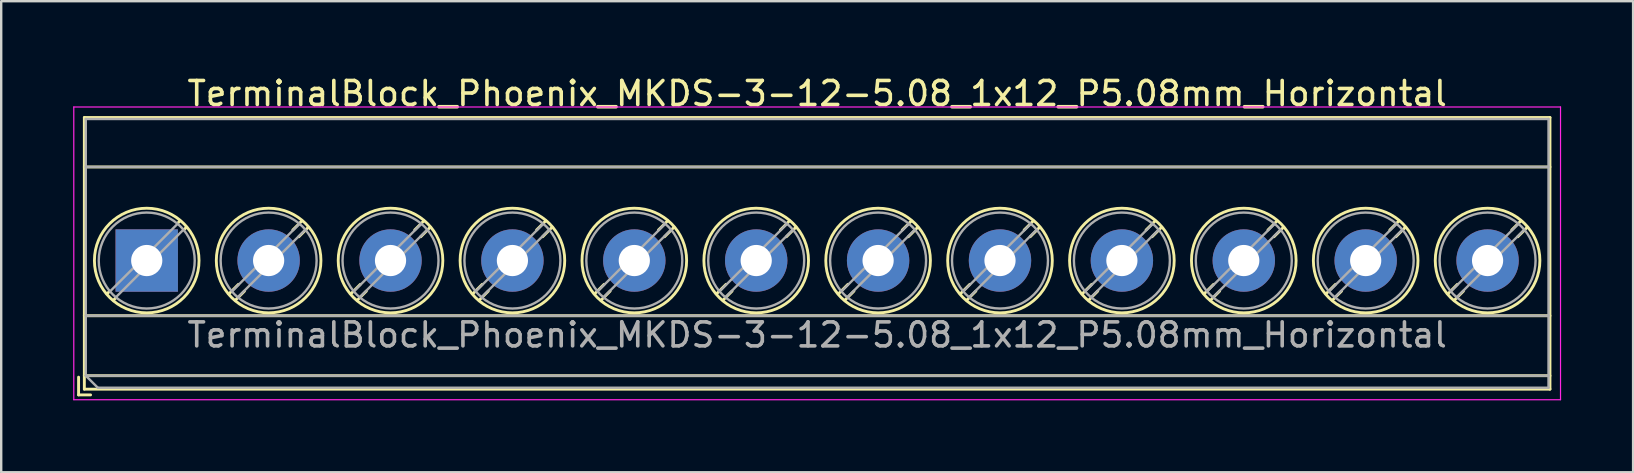
<source format=kicad_pcb>
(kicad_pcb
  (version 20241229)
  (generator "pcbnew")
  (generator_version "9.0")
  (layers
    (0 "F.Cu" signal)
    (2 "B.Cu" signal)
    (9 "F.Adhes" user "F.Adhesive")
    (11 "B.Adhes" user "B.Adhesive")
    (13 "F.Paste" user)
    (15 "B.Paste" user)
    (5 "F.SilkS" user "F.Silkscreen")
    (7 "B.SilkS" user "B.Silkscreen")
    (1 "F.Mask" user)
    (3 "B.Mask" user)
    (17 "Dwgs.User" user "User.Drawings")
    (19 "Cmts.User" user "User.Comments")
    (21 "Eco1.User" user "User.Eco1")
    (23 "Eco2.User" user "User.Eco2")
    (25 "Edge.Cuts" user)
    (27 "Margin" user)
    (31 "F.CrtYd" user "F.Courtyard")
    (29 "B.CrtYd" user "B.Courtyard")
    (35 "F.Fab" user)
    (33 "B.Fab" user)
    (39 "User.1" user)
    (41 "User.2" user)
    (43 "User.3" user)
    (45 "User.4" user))
  (footprint "TerminalBlock_Phoenix_MKDS-3-12-5.08_1x12_P5.08mm_Horizontal"
    (layer "F.Cu")
    (at 3.065 7.808)
    (property "Reference" "TerminalBlock_Phoenix_MKDS-3-12-5.08_1x12_P5.08mm_Horizontal" (at 27.94 -6.96 0) (layer "F.SilkS") (effects (font (size 1 1) (thickness 0.15))))
    (attr through_hole)
    (fp_line (start -2.84 4.86) (end -2.84 5.6) (stroke (width 0.12) (type solid)) (layer "F.SilkS"))
    (fp_line (start -2.84 5.6) (end -2.34 5.6) (stroke (width 0.12) (type solid)) (layer "F.SilkS"))
    (fp_line (start -2.6 -5.96) (end -2.6 5.36) (stroke (width 0.12) (type solid)) (layer "F.SilkS"))
    (fp_line (start -2.6 -5.96) (end 58.48 -5.96) (stroke (width 0.12) (type solid)) (layer "F.SilkS"))
    (fp_line (start -2.6 -3.9) (end 58.48 -3.9) (stroke (width 0.12) (type solid)) (layer "F.SilkS"))
    (fp_line (start -2.6 2.3) (end 58.48 2.3) (stroke (width 0.12) (type solid)) (layer "F.SilkS"))
    (fp_line (start -2.6 4.8) (end 58.48 4.8) (stroke (width 0.12) (type solid)) (layer "F.SilkS"))
    (fp_line (start -2.6 5.36) (end 58.48 5.36) (stroke (width 0.12) (type solid)) (layer "F.SilkS"))
    (fp_line (start -1.548 1.281) (end -1.654 1.388) (stroke (width 0.12) (type solid)) (layer "F.SilkS"))
    (fp_line (start -1.282 1.547) (end -1.388 1.654) (stroke (width 0.12) (type solid)) (layer "F.SilkS"))
    (fp_line (start 1.388 -1.654) (end 1.281 -1.547) (stroke (width 0.12) (type solid)) (layer "F.SilkS"))
    (fp_line (start 1.654 -1.388) (end 1.547 -1.281) (stroke (width 0.12) (type solid)) (layer "F.SilkS"))
    (fp_line (start 3.822 0.992) (end 3.427 1.388) (stroke (width 0.12) (type solid)) (layer "F.SilkS"))
    (fp_line (start 4.073 1.274) (end 3.693 1.654) (stroke (width 0.12) (type solid)) (layer "F.SilkS"))
    (fp_line (start 6.468 -1.654) (end 6.088 -1.274) (stroke (width 0.12) (type solid)) (layer "F.SilkS"))
    (fp_line (start 6.734 -1.388) (end 6.339 -0.992) (stroke (width 0.12) (type solid)) (layer "F.SilkS"))
    (fp_line (start 8.902 0.992) (end 8.507 1.388) (stroke (width 0.12) (type solid)) (layer "F.SilkS"))
    (fp_line (start 9.153 1.274) (end 8.773 1.654) (stroke (width 0.12) (type solid)) (layer "F.SilkS"))
    (fp_line (start 11.548 -1.654) (end 11.168 -1.274) (stroke (width 0.12) (type solid)) (layer "F.SilkS"))
    (fp_line (start 11.814 -1.388) (end 11.419 -0.992) (stroke (width 0.12) (type solid)) (layer "F.SilkS"))
    (fp_line (start 13.982 0.992) (end 13.587 1.388) (stroke (width 0.12) (type solid)) (layer "F.SilkS"))
    (fp_line (start 14.233 1.274) (end 13.853 1.654) (stroke (width 0.12) (type solid)) (layer "F.SilkS"))
    (fp_line (start 16.628 -1.654) (end 16.248 -1.274) (stroke (width 0.12) (type solid)) (layer "F.SilkS"))
    (fp_line (start 16.894 -1.388) (end 16.499 -0.992) (stroke (width 0.12) (type solid)) (layer "F.SilkS"))
    (fp_line (start 19.062 0.992) (end 18.667 1.388) (stroke (width 0.12) (type solid)) (layer "F.SilkS"))
    (fp_line (start 19.313 1.274) (end 18.933 1.654) (stroke (width 0.12) (type solid)) (layer "F.SilkS"))
    (fp_line (start 21.708 -1.654) (end 21.328 -1.274) (stroke (width 0.12) (type solid)) (layer "F.SilkS"))
    (fp_line (start 21.974 -1.388) (end 21.579 -0.992) (stroke (width 0.12) (type solid)) (layer "F.SilkS"))
    (fp_line (start 24.142 0.992) (end 23.747 1.388) (stroke (width 0.12) (type solid)) (layer "F.SilkS"))
    (fp_line (start 24.393 1.274) (end 24.013 1.654) (stroke (width 0.12) (type solid)) (layer "F.SilkS"))
    (fp_line (start 26.788 -1.654) (end 26.408 -1.274) (stroke (width 0.12) (type solid)) (layer "F.SilkS"))
    (fp_line (start 27.054 -1.388) (end 26.659 -0.992) (stroke (width 0.12) (type solid)) (layer "F.SilkS"))
    (fp_line (start 29.222 0.992) (end 28.827 1.388) (stroke (width 0.12) (type solid)) (layer "F.SilkS"))
    (fp_line (start 29.473 1.274) (end 29.093 1.654) (stroke (width 0.12) (type solid)) (layer "F.SilkS"))
    (fp_line (start 31.868 -1.654) (end 31.488 -1.274) (stroke (width 0.12) (type solid)) (layer "F.SilkS"))
    (fp_line (start 32.134 -1.388) (end 31.739 -0.992) (stroke (width 0.12) (type solid)) (layer "F.SilkS"))
    (fp_line (start 34.302 0.992) (end 33.907 1.388) (stroke (width 0.12) (type solid)) (layer "F.SilkS"))
    (fp_line (start 34.553 1.274) (end 34.173 1.654) (stroke (width 0.12) (type solid)) (layer "F.SilkS"))
    (fp_line (start 36.948 -1.654) (end 36.568 -1.274) (stroke (width 0.12) (type solid)) (layer "F.SilkS"))
    (fp_line (start 37.214 -1.388) (end 36.819 -0.992) (stroke (width 0.12) (type solid)) (layer "F.SilkS"))
    (fp_line (start 39.382 0.992) (end 38.987 1.388) (stroke (width 0.12) (type solid)) (layer "F.SilkS"))
    (fp_line (start 39.633 1.274) (end 39.253 1.654) (stroke (width 0.12) (type solid)) (layer "F.SilkS"))
    (fp_line (start 42.028 -1.654) (end 41.648 -1.274) (stroke (width 0.12) (type solid)) (layer "F.SilkS"))
    (fp_line (start 42.294 -1.388) (end 41.899 -0.992) (stroke (width 0.12) (type solid)) (layer "F.SilkS"))
    (fp_line (start 44.462 0.992) (end 44.067 1.388) (stroke (width 0.12) (type solid)) (layer "F.SilkS"))
    (fp_line (start 44.713 1.274) (end 44.333 1.654) (stroke (width 0.12) (type solid)) (layer "F.SilkS"))
    (fp_line (start 47.108 -1.654) (end 46.728 -1.274) (stroke (width 0.12) (type solid)) (layer "F.SilkS"))
    (fp_line (start 47.374 -1.388) (end 46.979 -0.992) (stroke (width 0.12) (type solid)) (layer "F.SilkS"))
    (fp_line (start 49.542 0.992) (end 49.147 1.388) (stroke (width 0.12) (type solid)) (layer "F.SilkS"))
    (fp_line (start 49.793 1.274) (end 49.413 1.654) (stroke (width 0.12) (type solid)) (layer "F.SilkS"))
    (fp_line (start 52.188 -1.654) (end 51.808 -1.274) (stroke (width 0.12) (type solid)) (layer "F.SilkS"))
    (fp_line (start 52.454 -1.388) (end 52.059 -0.992) (stroke (width 0.12) (type solid)) (layer "F.SilkS"))
    (fp_line (start 54.622 0.992) (end 54.227 1.388) (stroke (width 0.12) (type solid)) (layer "F.SilkS"))
    (fp_line (start 54.873 1.274) (end 54.493 1.654) (stroke (width 0.12) (type solid)) (layer "F.SilkS"))
    (fp_line (start 57.268 -1.654) (end 56.888 -1.274) (stroke (width 0.12) (type solid)) (layer "F.SilkS"))
    (fp_line (start 57.534 -1.388) (end 57.139 -0.992) (stroke (width 0.12) (type solid)) (layer "F.SilkS"))
    (fp_line (start 58.48 -5.96) (end 58.48 5.36) (stroke (width 0.12) (type solid)) (layer "F.SilkS"))
    (fp_circle (center 0 0) (end 2.18 0) (stroke (width 0.12) (type solid)) (fill no) (layer "F.SilkS"))
    (fp_circle (center 5.08 0) (end 7.26 0) (stroke (width 0.12) (type solid)) (fill no) (layer "F.SilkS"))
    (fp_circle (center 10.16 0) (end 12.34 0) (stroke (width 0.12) (type solid)) (fill no) (layer "F.SilkS"))
    (fp_circle (center 15.24 0) (end 17.42 0) (stroke (width 0.12) (type solid)) (fill no) (layer "F.SilkS"))
    (fp_circle (center 20.32 0) (end 22.5 0) (stroke (width 0.12) (type solid)) (fill no) (layer "F.SilkS"))
    (fp_circle (center 25.4 0) (end 27.58 0) (stroke (width 0.12) (type solid)) (fill no) (layer "F.SilkS"))
    (fp_circle (center 30.48 0) (end 32.66 0) (stroke (width 0.12) (type solid)) (fill no) (layer "F.SilkS"))
    (fp_circle (center 35.56 0) (end 37.74 0) (stroke (width 0.12) (type solid)) (fill no) (layer "F.SilkS"))
    (fp_circle (center 40.64 0) (end 42.82 0) (stroke (width 0.12) (type solid)) (fill no) (layer "F.SilkS"))
    (fp_circle (center 45.72 0) (end 47.9 0) (stroke (width 0.12) (type solid)) (fill no) (layer "F.SilkS"))
    (fp_circle (center 50.8 0) (end 52.98 0) (stroke (width 0.12) (type solid)) (fill no) (layer "F.SilkS"))
    (fp_circle (center 55.88 0) (end 58.06 0) (stroke (width 0.12) (type solid)) (fill no) (layer "F.SilkS"))
    (fp_line (start -3.04 -6.4) (end -3.04 5.8) (stroke (width 0.05) (type solid)) (layer "F.CrtYd"))
    (fp_line (start -3.04 5.8) (end 58.92 5.8) (stroke (width 0.05) (type solid)) (layer "F.CrtYd"))
    (fp_line (start 58.92 -6.4) (end -3.04 -6.4) (stroke (width 0.05) (type solid)) (layer "F.CrtYd"))
    (fp_line (start 58.92 5.8) (end 58.92 -6.4) (stroke (width 0.05) (type solid)) (layer "F.CrtYd"))
    (fp_line (start -2.54 -5.9) (end 58.42 -5.9) (stroke (width 0.1) (type solid)) (layer "F.Fab"))
    (fp_line (start -2.54 -3.9) (end 58.42 -3.9) (stroke (width 0.1) (type solid)) (layer "F.Fab"))
    (fp_line (start -2.54 2.3) (end 58.42 2.3) (stroke (width 0.1) (type solid)) (layer "F.Fab"))
    (fp_line (start -2.54 4.8) (end -2.54 -5.9) (stroke (width 0.1) (type solid)) (layer "F.Fab"))
    (fp_line (start -2.54 4.8) (end 58.42 4.8) (stroke (width 0.1) (type solid)) (layer "F.Fab"))
    (fp_line (start -2.04 5.3) (end -2.54 4.8) (stroke (width 0.1) (type solid)) (layer "F.Fab"))
    (fp_line (start 1.273 -1.517) (end -1.517 1.273) (stroke (width 0.1) (type solid)) (layer "F.Fab"))
    (fp_line (start 1.517 -1.273) (end -1.273 1.517) (stroke (width 0.1) (type solid)) (layer "F.Fab"))
    (fp_line (start 6.353 -1.517) (end 3.564 1.273) (stroke (width 0.1) (type solid)) (layer "F.Fab"))
    (fp_line (start 6.597 -1.273) (end 3.808 1.517) (stroke (width 0.1) (type solid)) (layer "F.Fab"))
    (fp_line (start 11.433 -1.517) (end 8.644 1.273) (stroke (width 0.1) (type solid)) (layer "F.Fab"))
    (fp_line (start 11.677 -1.273) (end 8.888 1.517) (stroke (width 0.1) (type solid)) (layer "F.Fab"))
    (fp_line (start 16.513 -1.517) (end 13.724 1.273) (stroke (width 0.1) (type solid)) (layer "F.Fab"))
    (fp_line (start 16.757 -1.273) (end 13.968 1.517) (stroke (width 0.1) (type solid)) (layer "F.Fab"))
    (fp_line (start 21.593 -1.517) (end 18.804 1.273) (stroke (width 0.1) (type solid)) (layer "F.Fab"))
    (fp_line (start 21.837 -1.273) (end 19.048 1.517) (stroke (width 0.1) (type solid)) (layer "F.Fab"))
    (fp_line (start 26.673 -1.517) (end 23.884 1.273) (stroke (width 0.1) (type solid)) (layer "F.Fab"))
    (fp_line (start 26.917 -1.273) (end 24.128 1.517) (stroke (width 0.1) (type solid)) (layer "F.Fab"))
    (fp_line (start 31.753 -1.517) (end 28.964 1.273) (stroke (width 0.1) (type solid)) (layer "F.Fab"))
    (fp_line (start 31.997 -1.273) (end 29.208 1.517) (stroke (width 0.1) (type solid)) (layer "F.Fab"))
    (fp_line (start 36.833 -1.517) (end 34.044 1.273) (stroke (width 0.1) (type solid)) (layer "F.Fab"))
    (fp_line (start 37.077 -1.273) (end 34.288 1.517) (stroke (width 0.1) (type solid)) (layer "F.Fab"))
    (fp_line (start 41.913 -1.517) (end 39.124 1.273) (stroke (width 0.1) (type solid)) (layer "F.Fab"))
    (fp_line (start 42.157 -1.273) (end 39.368 1.517) (stroke (width 0.1) (type solid)) (layer "F.Fab"))
    (fp_line (start 46.993 -1.517) (end 44.204 1.273) (stroke (width 0.1) (type solid)) (layer "F.Fab"))
    (fp_line (start 47.237 -1.273) (end 44.448 1.517) (stroke (width 0.1) (type solid)) (layer "F.Fab"))
    (fp_line (start 52.073 -1.517) (end 49.284 1.273) (stroke (width 0.1) (type solid)) (layer "F.Fab"))
    (fp_line (start 52.317 -1.273) (end 49.528 1.517) (stroke (width 0.1) (type solid)) (layer "F.Fab"))
    (fp_line (start 57.153 -1.517) (end 54.364 1.273) (stroke (width 0.1) (type solid)) (layer "F.Fab"))
    (fp_line (start 57.397 -1.273) (end 54.608 1.517) (stroke (width 0.1) (type solid)) (layer "F.Fab"))
    (fp_line (start 58.42 -5.9) (end 58.42 5.3) (stroke (width 0.1) (type solid)) (layer "F.Fab"))
    (fp_line (start 58.42 5.3) (end -2.04 5.3) (stroke (width 0.1) (type solid)) (layer "F.Fab"))
    (fp_circle (center 0 0) (end 2 0) (stroke (width 0.1) (type solid)) (fill no) (layer "F.Fab"))
    (fp_circle (center 5.08 0) (end 7.08 0) (stroke (width 0.1) (type solid)) (fill no) (layer "F.Fab"))
    (fp_circle (center 10.16 0) (end 12.16 0) (stroke (width 0.1) (type solid)) (fill no) (layer "F.Fab"))
    (fp_circle (center 15.24 0) (end 17.24 0) (stroke (width 0.1) (type solid)) (fill no) (layer "F.Fab"))
    (fp_circle (center 20.32 0) (end 22.32 0) (stroke (width 0.1) (type solid)) (fill no) (layer "F.Fab"))
    (fp_circle (center 25.4 0) (end 27.4 0) (stroke (width 0.1) (type solid)) (fill no) (layer "F.Fab"))
    (fp_circle (center 30.48 0) (end 32.48 0) (stroke (width 0.1) (type solid)) (fill no) (layer "F.Fab"))
    (fp_circle (center 35.56 0) (end 37.56 0) (stroke (width 0.1) (type solid)) (fill no) (layer "F.Fab"))
    (fp_circle (center 40.64 0) (end 42.64 0) (stroke (width 0.1) (type solid)) (fill no) (layer "F.Fab"))
    (fp_circle (center 45.72 0) (end 47.72 0) (stroke (width 0.1) (type solid)) (fill no) (layer "F.Fab"))
    (fp_circle (center 50.8 0) (end 52.8 0) (stroke (width 0.1) (type solid)) (fill no) (layer "F.Fab"))
    (fp_circle (center 55.88 0) (end 57.88 0) (stroke (width 0.1) (type solid)) (fill no) (layer "F.Fab"))
    (fp_text user "${REFERENCE}" (at 27.94 3.1 0) (layer "F.Fab") (effects (font (size 1 1) (thickness 0.15))))
    (pad "1" thru_hole rect (at 0 0) (size 2.6 2.6) (drill 1.3) (layers "*.Cu" "*.Mask"))
    (pad "2" thru_hole circle (at 5.08 0) (size 2.6 2.6) (drill 1.3) (layers "*.Cu" "*.Mask"))
    (pad "3" thru_hole circle (at 10.16 0) (size 2.6 2.6) (drill 1.3) (layers "*.Cu" "*.Mask"))
    (pad "4" thru_hole circle (at 15.24 0) (size 2.6 2.6) (drill 1.3) (layers "*.Cu" "*.Mask"))
    (pad "5" thru_hole circle (at 20.32 0) (size 2.6 2.6) (drill 1.3) (layers "*.Cu" "*.Mask"))
    (pad "6" thru_hole circle (at 25.4 0) (size 2.6 2.6) (drill 1.3) (layers "*.Cu" "*.Mask"))
    (pad "7" thru_hole circle (at 30.48 0) (size 2.6 2.6) (drill 1.3) (layers "*.Cu" "*.Mask"))
    (pad "8" thru_hole circle (at 35.56 0) (size 2.6 2.6) (drill 1.3) (layers "*.Cu" "*.Mask"))
    (pad "9" thru_hole circle (at 40.64 0) (size 2.6 2.6) (drill 1.3) (layers "*.Cu" "*.Mask"))
    (pad "10" thru_hole circle (at 45.72 0) (size 2.6 2.6) (drill 1.3) (layers "*.Cu" "*.Mask"))
    (pad "11" thru_hole circle (at 50.8 0) (size 2.6 2.6) (drill 1.3) (layers "*.Cu" "*.Mask"))
    (pad "12" thru_hole circle (at 55.88 0) (size 2.6 2.6) (drill 1.3) (layers "*.Cu" "*.Mask")))
  (gr_rect
    (start -3 -3)
    (end 65.01 16.633)
    (stroke (width 0.1) (type default))
    (fill no)
    (layer "Edge.Cuts")))
</source>
